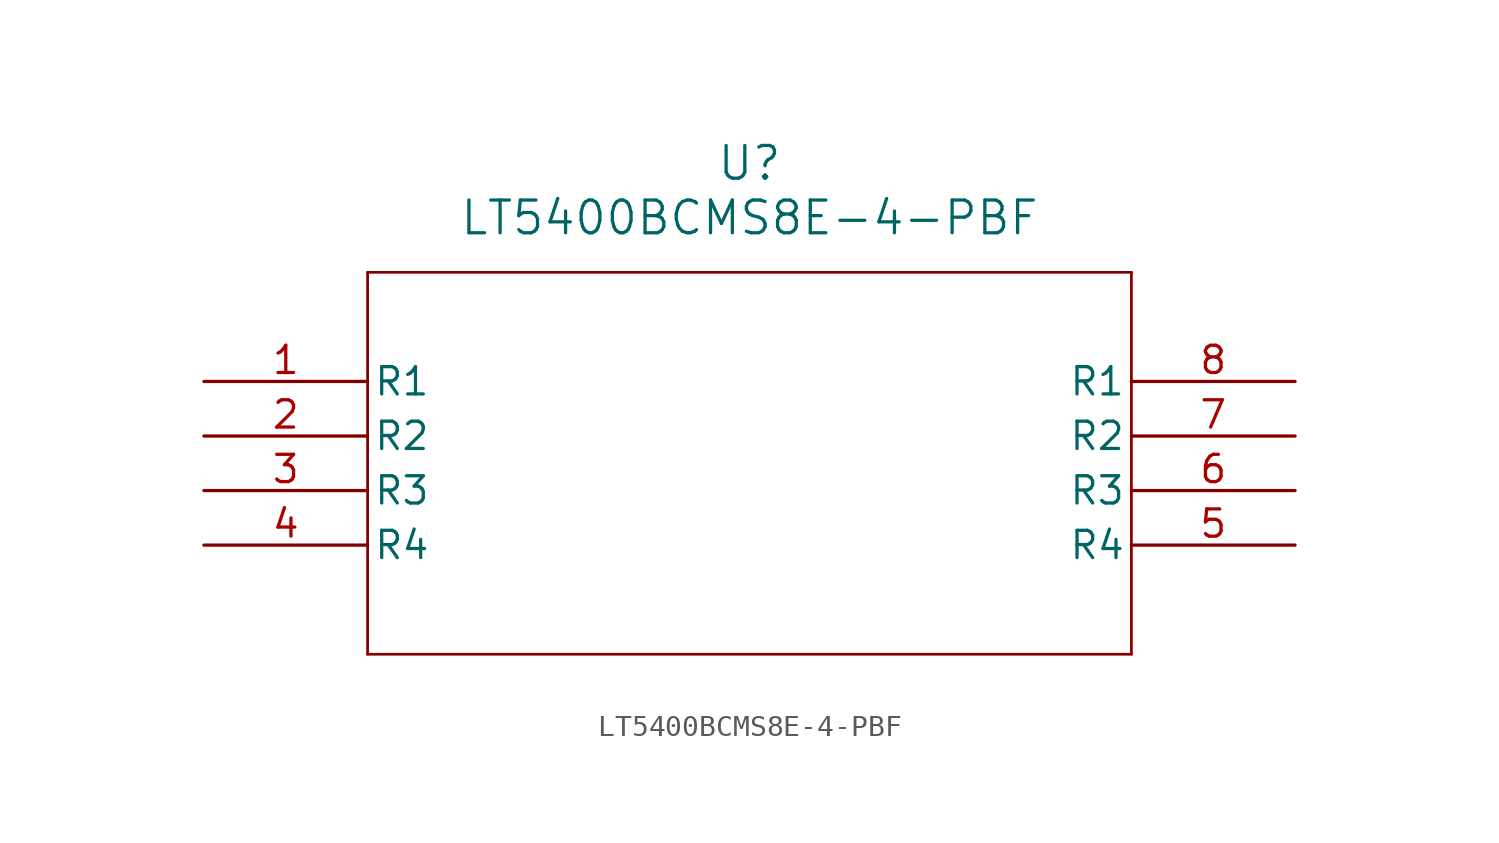
<source format=kicad_sym>
(kicad_symbol_lib
  (version 20211014)
  (generator kicad_symbol_editor)
  (symbol "LT5400BCMS8E-4-PBF"
    (pin_names
      (offset 0.254))
    (property "Reference" "U"
      (at 25.4 10.16 0)
      (effects (font (size 1.524 1.524))))
    (property "Value" "LT5400BCMS8E-4-PBF"
      (at 25.4 7.62 0)
      (effects (font (size 1.524 1.524))))
    (symbol "LT5400BCMS8E-4-PBF_0_1"
      (polyline (pts (xy 7.62 5.08) (xy 7.62 -12.7)) (stroke (width 0.127) (type default) (color 0 0 0 0)) (fill (type none)))
      (polyline (pts (xy 7.62 -12.7) (xy 43.18 -12.7)) (stroke (width 0.127) (type default) (color 0 0 0 0)) (fill (type none)))
      (polyline (pts (xy 43.18 -12.7) (xy 43.18 5.08)) (stroke (width 0.127) (type default) (color 0 0 0 0)) (fill (type none)))
      (polyline (pts (xy 43.18 5.08) (xy 7.62 5.08)) (stroke (width 0.127) (type default) (color 0 0 0 0)) (fill (type none)))
      (pin unspecified line (at 0 0 0) (length 7.62) (name "R1" (effects (font (size 1.27 1.27)))) (number "1" (effects (font (size 1.27 1.27)))))
      (pin unspecified line (at 0 -2.54 0) (length 7.62) (name "R2" (effects (font (size 1.27 1.27)))) (number "2" (effects (font (size 1.27 1.27)))))
      (pin unspecified line (at 0 -5.08 0) (length 7.62) (name "R3" (effects (font (size 1.27 1.27)))) (number "3" (effects (font (size 1.27 1.27)))))
      (pin unspecified line (at 0 -7.62 0) (length 7.62) (name "R4" (effects (font (size 1.27 1.27)))) (number "4" (effects (font (size 1.27 1.27)))))
      (pin unspecified line (at 50.8 -7.62 180) (length 7.62) (name "R4" (effects (font (size 1.27 1.27)))) (number "5" (effects (font (size 1.27 1.27)))))
      (pin unspecified line (at 50.8 -5.08 180) (length 7.62) (name "R3" (effects (font (size 1.27 1.27)))) (number "6" (effects (font (size 1.27 1.27)))))
      (pin unspecified line (at 50.8 -2.54 180) (length 7.62) (name "R2" (effects (font (size 1.27 1.27)))) (number "7" (effects (font (size 1.27 1.27)))))
      (pin unspecified line (at 50.8 0 180) (length 7.62) (name "R1" (effects (font (size 1.27 1.27)))) (number "8" (effects (font (size 1.27 1.27))))))))
</source>
